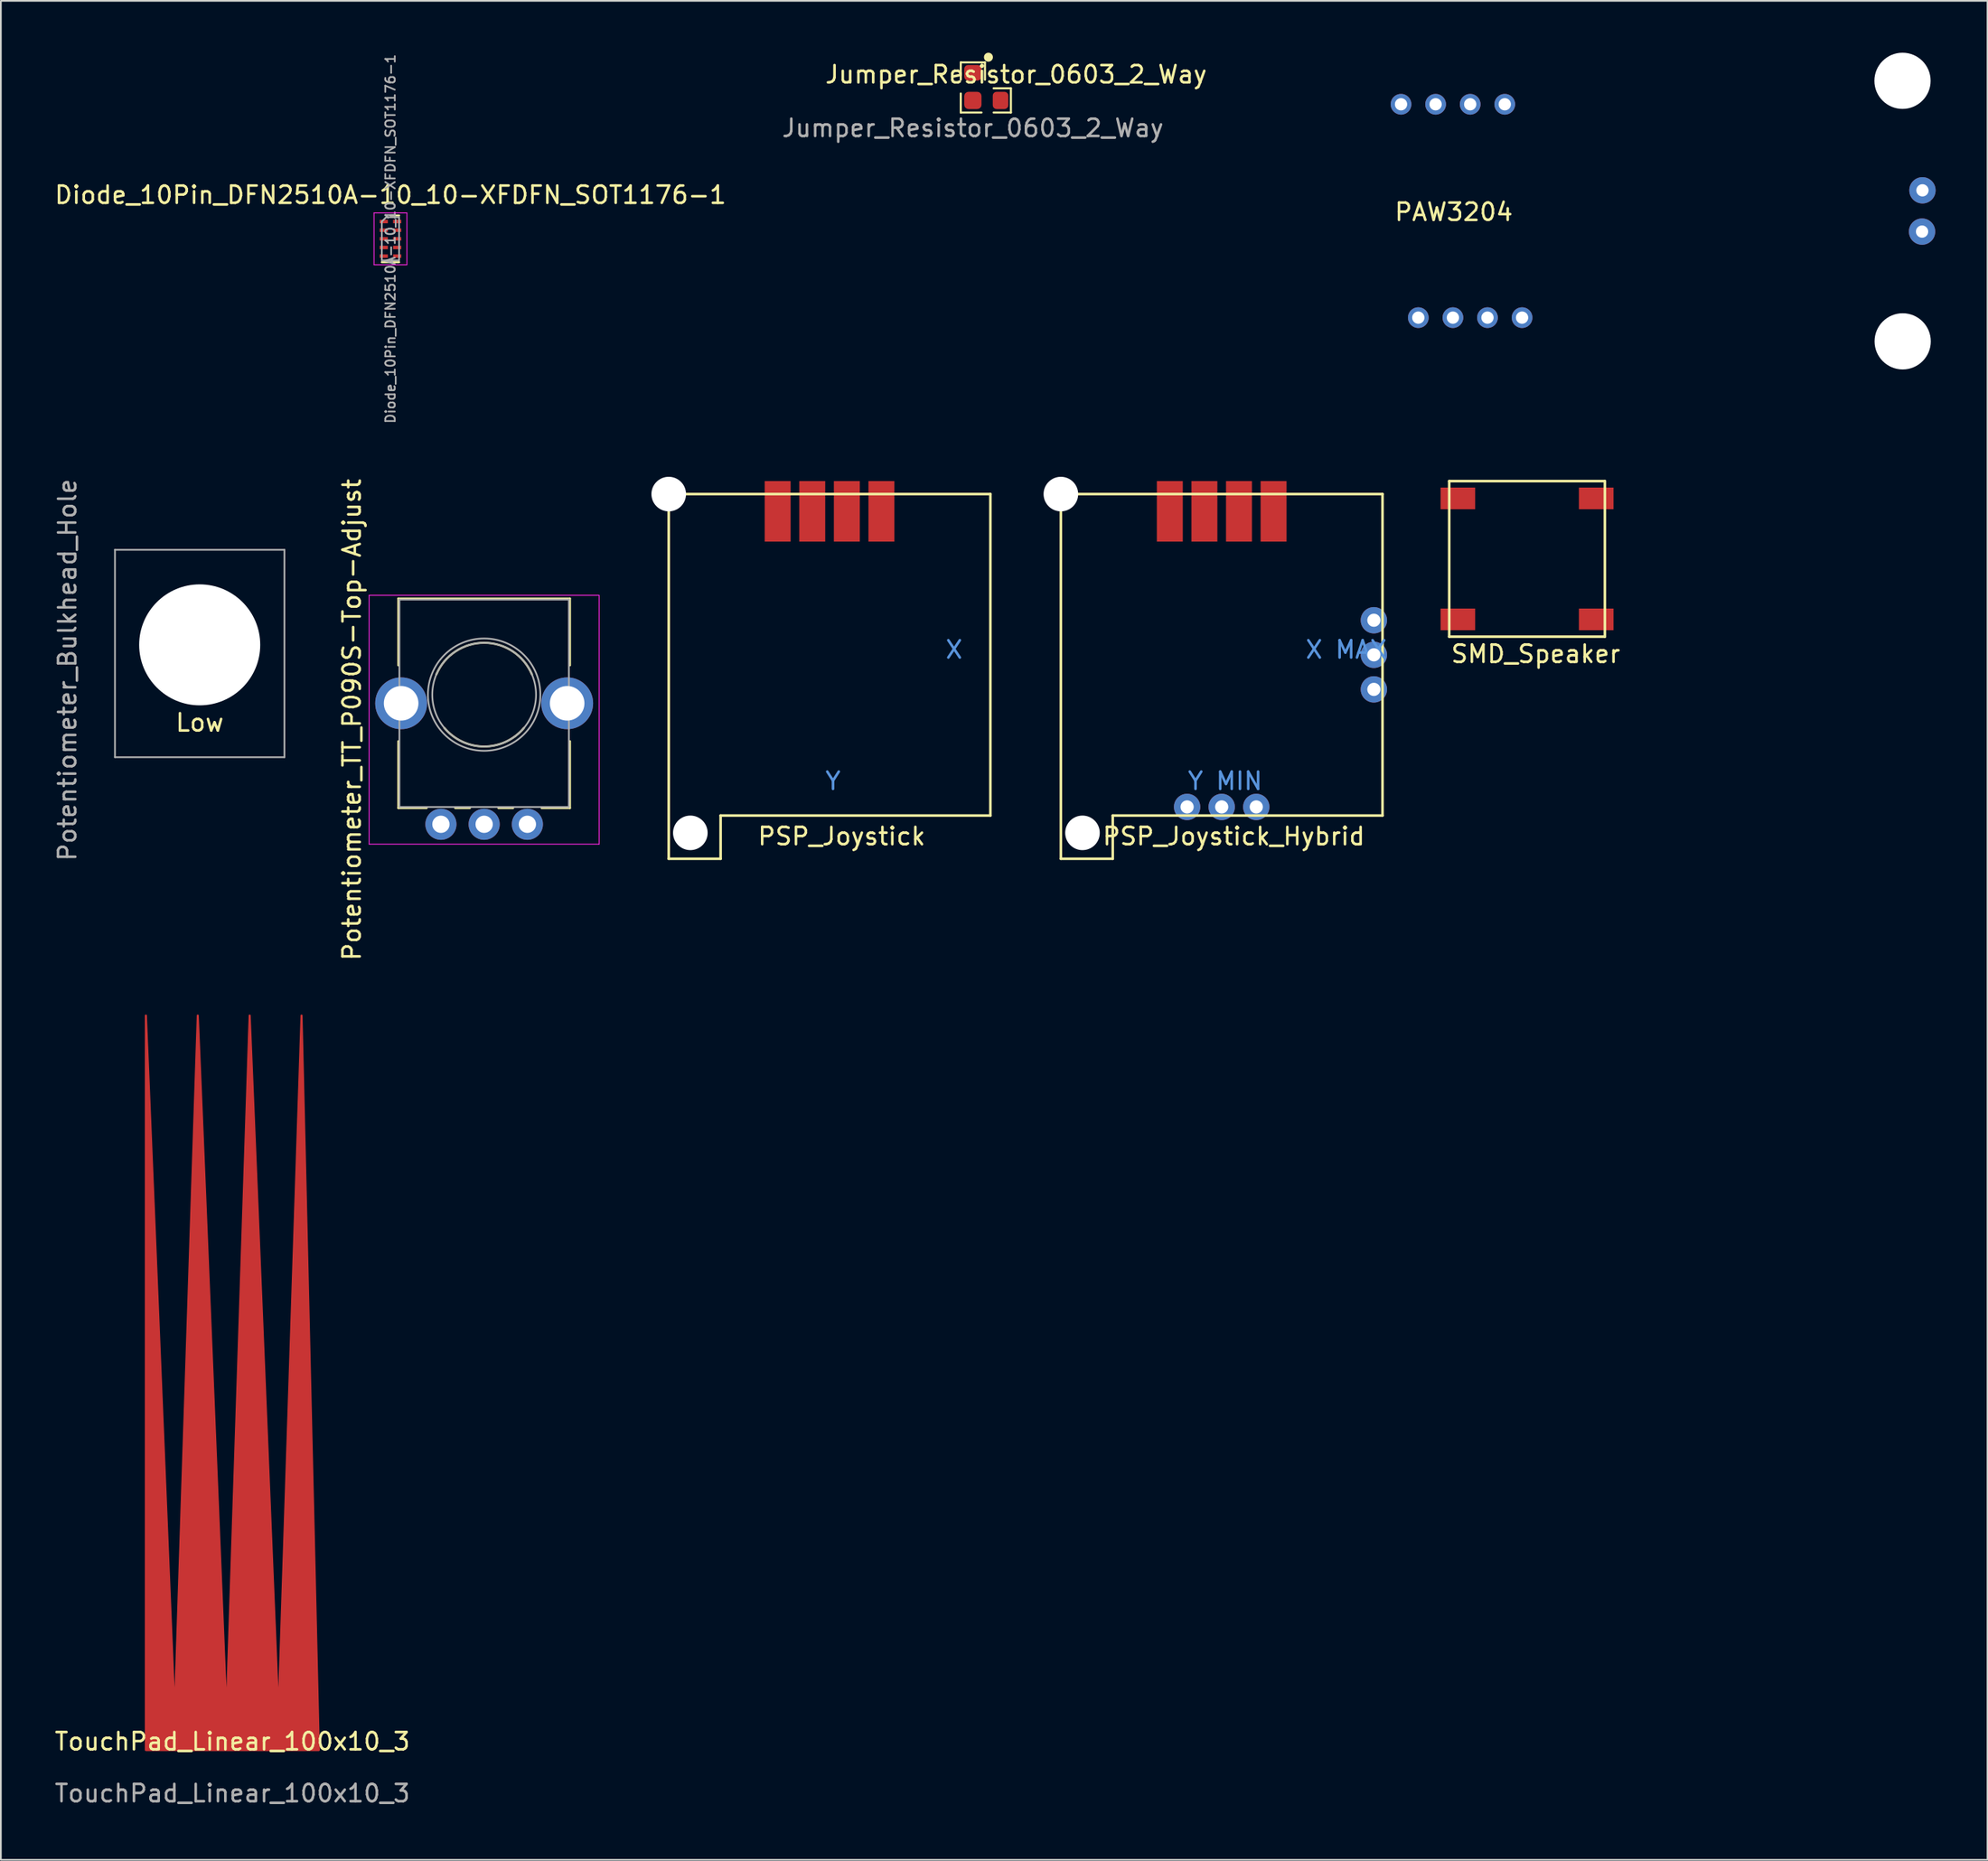
<source format=kicad_pcb>
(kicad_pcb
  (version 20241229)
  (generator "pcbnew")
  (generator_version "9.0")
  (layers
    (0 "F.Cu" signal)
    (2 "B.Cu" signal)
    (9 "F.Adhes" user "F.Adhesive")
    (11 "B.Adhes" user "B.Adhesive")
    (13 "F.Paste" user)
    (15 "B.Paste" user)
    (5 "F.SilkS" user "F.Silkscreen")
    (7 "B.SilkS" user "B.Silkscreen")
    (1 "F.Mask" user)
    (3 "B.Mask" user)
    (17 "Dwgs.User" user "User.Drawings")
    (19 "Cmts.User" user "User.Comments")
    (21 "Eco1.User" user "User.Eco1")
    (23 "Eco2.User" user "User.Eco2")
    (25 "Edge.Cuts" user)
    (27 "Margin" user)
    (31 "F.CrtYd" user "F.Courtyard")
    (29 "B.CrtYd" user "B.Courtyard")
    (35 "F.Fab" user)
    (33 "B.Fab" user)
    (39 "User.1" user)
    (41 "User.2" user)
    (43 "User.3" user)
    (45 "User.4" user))
  (footprint "SMD_Speaker"
    (layer "F.Cu")
    (at 80.755 24.785)
    (property "Reference" "SMD_Speaker" (at 5 10 0) (layer "F.SilkS") (effects (font (size 1 1) (thickness 0.15))))
    (attr through_hole)
    (fp_line (start 0 0) (end 9 0) (stroke (width 0.15) (type solid)) (layer "F.SilkS"))
    (fp_line (start 0 9) (end 0 0) (stroke (width 0.15) (type solid)) (layer "F.SilkS"))
    (fp_line (start 9 0) (end 9 9) (stroke (width 0.15) (type solid)) (layer "F.SilkS"))
    (fp_line (start 9 9) (end 0 9) (stroke (width 0.15) (type solid)) (layer "F.SilkS"))
    (pad "1" smd rect (at 0.5 1) (size 2 1.25) (layers "F.Cu" "F.Mask" "F.Paste"))
    (pad "1" smd rect (at 8.5 1) (size 2 1.25) (layers "F.Cu" "F.Mask" "F.Paste"))
    (pad "2" smd rect (at 0.5 8) (size 2 1.25) (layers "F.Cu" "F.Mask" "F.Paste"))
    (pad "2" smd rect (at 8.5 8) (size 2 1.25) (layers "F.Cu" "F.Mask" "F.Paste")))
  (footprint "PSP_Joystick"
    (layer "F.Cu")
    (at 35.621 25.535)
    (property "Reference" "PSP_Joystick" (at 10 19.8 0) (layer "F.SilkS") (effects (font (size 1 1) (thickness 0.15))))
    (attr through_hole)
    (fp_line (start 0 0) (end 18.6 0) (stroke (width 0.15) (type solid)) (layer "F.SilkS"))
    (fp_line (start 0 21.1) (end 0 0) (stroke (width 0.15) (type solid)) (layer "F.SilkS"))
    (fp_line (start 3 18.6) (end 3 21.1) (stroke (width 0.15) (type solid)) (layer "F.SilkS"))
    (fp_line (start 3 21.1) (end 0 21.1) (stroke (width 0.15) (type solid)) (layer "F.SilkS"))
    (fp_line (start 18.6 0) (end 18.6 18.6) (stroke (width 0.15) (type solid)) (layer "F.SilkS"))
    (fp_line (start 18.6 18.6) (end 3 18.6) (stroke (width 0.15) (type solid)) (layer "F.SilkS"))
    (fp_text user "Y" (at 9.5 16.6 0) (layer "Cmts.User") (effects (font (size 1 1) (thickness 0.15))))
    (fp_text user "X" (at 16.5 9 0) (layer "Cmts.User") (effects (font (size 1 1) (thickness 0.15))))
    (pad "" np_thru_hole circle (at 0 0) (size 2 2) (drill 2) (layers "*.Cu" "*.Mask"))
    (pad "" np_thru_hole circle (at 1.25 19.6) (size 2 2) (drill 2) (layers "*.Cu" "*.Mask"))
    (pad "1" smd rect (at 6.3 1) (size 1.5 3.5) (layers "F.Cu" "F.Mask" "F.Paste"))
    (pad "2" smd rect (at 8.3 1) (size 1.5 3.5) (layers "F.Cu" "F.Mask" "F.Paste"))
    (pad "3" smd rect (at 10.3 1) (size 1.5 3.5) (layers "F.Cu" "F.Mask" "F.Paste"))
    (pad "4" smd rect (at 12.3 1) (size 1.5 3.5) (layers "F.Cu" "F.Mask" "F.Paste")))
  (footprint "Potentiometer_Bulkhead_Hole"
    (layer "F.Cu")
    (at 8.498 41.758)
    (property "Reference" "Potentiometer_Bulkhead_Hole" (at -7.65 -6.05 90) (layer "F.Fab") (effects (font (size 1 1) (thickness 0.15))))
    (attr through_hole)
    (fp_line (start -4.9 -13) (end -4.9 -1) (stroke (width 0.1) (type solid)) (layer "F.Fab"))
    (fp_line (start -4.9 -1) (end 4.9 -1) (stroke (width 0.1) (type solid)) (layer "F.Fab"))
    (fp_line (start 4.9 -13) (end -4.9 -13) (stroke (width 0.1) (type solid)) (layer "F.Fab"))
    (fp_line (start 4.9 -1) (end 4.9 -13) (stroke (width 0.1) (type solid)) (layer "F.Fab"))
    (fp_text user "Low" (at 0 -3 0) (layer "F.SilkS") (effects (font (size 1 1) (thickness 0.15))))
    (pad "" np_thru_hole circle (at 0 -7.5) (size 7 7) (drill 7) (layers "*.Cu" "*.Mask")))
  (footprint "TouchPad_Linear_100x10_3"
    (layer "F.Cu")
    (at 10.387 98.202)
    (property "Reference" "TouchPad_Linear_100x10_3" (at 0 -0.5 0) (unlocked yes) (layer "F.SilkS") (effects (font (size 1 1) (thickness 0.15))))
    (fp_text user "${REFERENCE}" (at 0 2.5 0) (unlocked yes) (layer "F.Fab") (effects (font (size 1 1) (thickness 0.15))))
    (pad "1" smd custom (at -5 0) (size 0.01 0.01) (layers "F.Cu") (options (anchor circle)) (primitives (gr_poly (pts (xy 0 0) (xy 0 -42.5) (xy 1.667 -2) (xy 3 -42.5) (xy 4.667 -2) (xy 6 -42.5) (xy 7.667 -2) (xy 9 -42.5) (xy 10 0)) (width 0.12) (fill yes)))))
  (footprint "Diode_10Pin_DFN2510A-10_10-XFDFN_SOT1176-1"
    (layer "F.Cu")
    (at 19.53 10.768)
    (property "Reference" "Diode_10Pin_DFN2510A-10_10-XFDFN_SOT1176-1" (at 0 -2.54 0) (layer "F.SilkS") (effects (font (size 1 1) (thickness 0.15))))
    (attr smd)
    (fp_line (start 0.5 -1.35) (end 0 -1.35) (stroke (width 0.12) (type solid)) (layer "F.SilkS"))
    (fp_line (start 0.5 1.35) (end -0.5 1.35) (stroke (width 0.12) (type solid)) (layer "F.SilkS"))
    (fp_line (start -0.95 -1.5) (end 0.95 -1.5) (stroke (width 0.05) (type solid)) (layer "F.CrtYd"))
    (fp_line (start -0.95 1.5) (end -0.95 -1.5) (stroke (width 0.05) (type solid)) (layer "F.CrtYd"))
    (fp_line (start 0.95 -1.5) (end 0.95 1.5) (stroke (width 0.05) (type solid)) (layer "F.CrtYd"))
    (fp_line (start 0.95 1.5) (end -0.95 1.5) (stroke (width 0.05) (type solid)) (layer "F.CrtYd"))
    (fp_line (start -0.5 -1) (end -0.5 1.25) (stroke (width 0.1) (type solid)) (layer "F.Fab"))
    (fp_line (start -0.5 1.25) (end 0.5 1.25) (stroke (width 0.1) (type solid)) (layer "F.Fab"))
    (fp_line (start -0.25 -1.25) (end -0.5 -1) (stroke (width 0.1) (type solid)) (layer "F.Fab"))
    (fp_line (start 0.5 -1.25) (end -0.25 -1.25) (stroke (width 0.1) (type solid)) (layer "F.Fab"))
    (fp_line (start 0.5 -1.25) (end 0.5 1.25) (stroke (width 0.1) (type solid)) (layer "F.Fab"))
    (fp_text user "${REFERENCE}" (at 0 0 90) (layer "F.Fab") (effects (font (size 0.55 0.55) (thickness 0.1))))
    (pad "1" smd rect (at -0.388 -1 270) (size 0.2 0.475) (layers "F.Cu" "F.Mask" "F.Paste"))
    (pad "2" smd rect (at -0.388 -0.5 270) (size 0.2 0.475) (layers "F.Cu" "F.Mask" "F.Paste"))
    (pad "3" smd rect (at -0.388 0 270) (size 0.2 0.475) (layers "F.Cu" "F.Mask" "F.Paste"))
    (pad "4" smd rect (at -0.388 0.5 270) (size 0.2 0.475) (layers "F.Cu" "F.Mask" "F.Paste"))
    (pad "5" smd rect (at -0.388 1 270) (size 0.2 0.475) (layers "F.Cu" "F.Mask" "F.Paste"))
    (pad "6" smd rect (at 0.388 1 270) (size 0.2 0.475) (layers "F.Cu" "F.Mask" "F.Paste"))
    (pad "7" smd rect (at 0.388 0.5 270) (size 0.2 0.475) (layers "F.Cu" "F.Mask" "F.Paste"))
    (pad "8" smd rect (at 0.388 0 270) (size 0.2 0.475) (layers "F.Cu" "F.Mask" "F.Paste"))
    (pad "9" smd rect (at 0.388 -0.5 270) (size 0.2 0.475) (layers "F.Cu" "F.Mask" "F.Paste"))
    (pad "10" smd rect (at 0.388 -1 270) (size 0.2 0.475) (layers "F.Cu" "F.Mask" "F.Paste")))
  (footprint "Jumper_Resistor_0603_2_Way"
    (layer "F.Cu")
    (at 53.208 2.76)
    (property "Reference" "Jumper_Resistor_0603_2_Way" (at 2.5 -1.5 0) (unlocked yes) (layer "F.SilkS") (effects (font (size 1 1) (thickness 0.15))))
    (attr smd)
    (fp_line (start -0.7 -2.2) (end -0.7 -1.2) (stroke (width 0.12) (type default)) (layer "F.SilkS"))
    (fp_line (start -0.7 -0.4) (end -0.7 0.7) (stroke (width 0.12) (type default)) (layer "F.SilkS"))
    (fp_line (start -0.7 0.7) (end 0.5 0.7) (stroke (width 0.12) (type default)) (layer "F.SilkS"))
    (fp_line (start 0.7 -2.2) (end -0.7 -2.2) (stroke (width 0.12) (type default)) (layer "F.SilkS"))
    (fp_line (start 0.7 -1.2) (end 0.7 -2.2) (stroke (width 0.12) (type default)) (layer "F.SilkS"))
    (fp_line (start 1.2 -0.7) (end 2.2 -0.7) (stroke (width 0.12) (type default)) (layer "F.SilkS"))
    (fp_line (start 2.2 -0.7) (end 2.2 0.7) (stroke (width 0.12) (type default)) (layer "F.SilkS"))
    (fp_line (start 2.2 0.7) (end 1.2 0.7) (stroke (width 0.12) (type default)) (layer "F.SilkS"))
    (fp_circle (center 0.9 -2.5) (end 1.1 -2.5) (stroke (width 0.12) (type solid)) (fill yes) (layer "F.SilkS"))
    (fp_text user "${REFERENCE}" (at 0 1.6 0) (unlocked yes) (layer "F.Fab") (effects (font (size 1 1) (thickness 0.15))))
    (pad "1" smd roundrect (at 0 -1.6 270) (size 0.9 1) (layers "F.Cu" "F.Mask") (roundrect_rratio 0.25))
    (pad "2" smd roundrect (at 0 0 180) (size 1 1) (layers "F.Cu" "F.Mask") (roundrect_rratio 0.25))
    (pad "3" smd roundrect (at 1.6 0) (size 0.9 1) (layers "F.Cu" "F.Mask") (roundrect_rratio 0.25)))
  (footprint "Potentiometer_TT_P090S-Top-Adjust"
    (layer "F.Cu")
    (at 24.947 44.639)
    (property "Reference" "Potentiometer_TT_P090S-Top-Adjust" (at -7.65 -6.05 90) (layer "F.SilkS") (effects (font (size 1 1) (thickness 0.15))))
    (attr through_hole)
    (fp_line (start -4.961 -13.06) (end 4.96 -13.06) (stroke (width 0.12) (type solid)) (layer "F.SilkS"))
    (fp_line (start -4.961 -9.195) (end -4.961 -13.06) (stroke (width 0.12) (type solid)) (layer "F.SilkS"))
    (fp_line (start -4.961 -0.94) (end -4.961 -4.806) (stroke (width 0.12) (type solid)) (layer "F.SilkS"))
    (fp_line (start -4.961 -0.94) (end -3.325 -0.94) (stroke (width 0.12) (type solid)) (layer "F.SilkS"))
    (fp_line (start -1.675 -0.94) (end -0.825 -0.94) (stroke (width 0.12) (type solid)) (layer "F.SilkS"))
    (fp_line (start 0.825 -0.94) (end 1.675 -0.94) (stroke (width 0.12) (type solid)) (layer "F.SilkS"))
    (fp_line (start 3.325 -0.94) (end 4.96 -0.94) (stroke (width 0.12) (type solid)) (layer "F.SilkS"))
    (fp_line (start 4.96 -9.195) (end 4.96 -13.06) (stroke (width 0.12) (type solid)) (layer "F.SilkS"))
    (fp_line (start 4.96 -0.94) (end 4.96 -4.806) (stroke (width 0.12) (type solid)) (layer "F.SilkS"))
    (fp_arc (start -2.762432 -8.671982) (mid -0.000553 -10.500762) (end 2.762 -8.673) (stroke (width 0.12) (type solid)) (layer "F.SilkS"))
    (fp_arc (start 2.297753 -5.571705) (mid -0.000192 -4.500335) (end -2.298 -5.572) (stroke (width 0.12) (type solid)) (layer "F.SilkS"))
    (fp_line (start -6.65 -13.25) (end -6.65 1.15) (stroke (width 0.05) (type solid)) (layer "F.CrtYd"))
    (fp_line (start -6.65 1.15) (end 6.65 1.15) (stroke (width 0.05) (type solid)) (layer "F.CrtYd"))
    (fp_line (start 6.65 -13.25) (end -6.65 -13.25) (stroke (width 0.05) (type solid)) (layer "F.CrtYd"))
    (fp_line (start 6.65 1.15) (end 6.65 -13.25) (stroke (width 0.05) (type solid)) (layer "F.CrtYd"))
    (fp_line (start -4.9 -13) (end -4.9 -1) (stroke (width 0.1) (type solid)) (layer "F.Fab"))
    (fp_line (start -4.9 -1) (end 4.9 -1) (stroke (width 0.1) (type solid)) (layer "F.Fab"))
    (fp_line (start 4.9 -13) (end -4.9 -13) (stroke (width 0.1) (type solid)) (layer "F.Fab"))
    (fp_line (start 4.9 -1) (end 4.9 -13) (stroke (width 0.1) (type solid)) (layer "F.Fab"))
    (fp_circle (center 0 -7.5) (end 0 -10.75) (stroke (width 0.1) (type solid)) (fill no) (layer "F.Fab"))
    (fp_circle (center 0 -7.5) (end 0 -10.5) (stroke (width 0.1) (type solid)) (fill no) (layer "F.Fab"))
    (pad "" thru_hole circle (at -4.8 -7 90) (size 3 3) (drill 2) (layers "*.Cu" "*.Mask"))
    (pad "" thru_hole circle (at 4.8 -7 90) (size 3 3) (drill 2) (layers "*.Cu" "*.Mask"))
    (pad "1" thru_hole circle (at -2.5 0 90) (size 1.8 1.8) (drill 1) (layers "*.Cu" "*.Mask"))
    (pad "2" thru_hole circle (at 0 0 90) (size 1.8 1.8) (drill 1) (layers "*.Cu" "*.Mask"))
    (pad "3" thru_hole circle (at 2.5 0 90) (size 1.8 1.8) (drill 1) (layers "*.Cu" "*.Mask")))
  (footprint "PSP_Joystick_Hybrid"
    (layer "F.Cu")
    (at 58.297 25.535)
    (property "Reference" "PSP_Joystick_Hybrid" (at 10 19.8 0) (layer "F.SilkS") (effects (font (size 1 1) (thickness 0.15))))
    (attr through_hole)
    (fp_line (start 0 0) (end 18.6 0) (stroke (width 0.15) (type solid)) (layer "F.SilkS"))
    (fp_line (start 0 21.1) (end 0 0) (stroke (width 0.15) (type solid)) (layer "F.SilkS"))
    (fp_line (start 3 18.6) (end 3 21.1) (stroke (width 0.15) (type solid)) (layer "F.SilkS"))
    (fp_line (start 3 21.1) (end 0 21.1) (stroke (width 0.15) (type solid)) (layer "F.SilkS"))
    (fp_line (start 18.6 0) (end 18.6 18.6) (stroke (width 0.15) (type solid)) (layer "F.SilkS"))
    (fp_line (start 18.6 18.6) (end 3 18.6) (stroke (width 0.15) (type solid)) (layer "F.SilkS"))
    (fp_text user "Y MIN" (at 9.5 16.6 0) (layer "Cmts.User") (effects (font (size 1 1) (thickness 0.15))))
    (fp_text user "X MAX" (at 16.5 9 0) (layer "Cmts.User") (effects (font (size 1 1) (thickness 0.15))))
    (pad "" np_thru_hole circle (at 0 0) (size 2 2) (drill 2) (layers "*.Cu" "*.Mask"))
    (pad "" np_thru_hole circle (at 1.25 19.6) (size 2 2) (drill 2) (layers "*.Cu" "*.Mask"))
    (pad "1" smd rect (at 6.3 1) (size 1.5 3.5) (layers "F.Cu" "F.Mask" "F.Paste"))
    (pad "1" thru_hole circle (at 11.3 18.1) (size 1.524 1.524) (drill 0.762) (layers "*.Cu" "*.Mask"))
    (pad "1" thru_hole circle (at 18.1 7.3 90) (size 1.524 1.524) (drill 0.762) (layers "*.Cu" "*.Mask"))
    (pad "2" smd rect (at 8.3 1) (size 1.5 3.5) (layers "F.Cu" "F.Mask" "F.Paste"))
    (pad "2" thru_hole circle (at 9.3 18.1) (size 1.524 1.524) (drill 0.762) (layers "*.Cu" "*.Mask"))
    (pad "3" thru_hole circle (at 7.3 18.1) (size 1.524 1.524) (drill 0.762) (layers "*.Cu" "*.Mask"))
    (pad "3" smd rect (at 10.3 1) (size 1.5 3.5) (layers "F.Cu" "F.Mask" "F.Paste"))
    (pad "3" thru_hole circle (at 18.1 11.3 90) (size 1.524 1.524) (drill 0.762) (layers "*.Cu" "*.Mask"))
    (pad "4" smd rect (at 12.3 1) (size 1.5 3.5) (layers "F.Cu" "F.Mask" "F.Paste"))
    (pad "4" thru_hole circle (at 18.1 9.3 90) (size 1.524 1.524) (drill 0.762) (layers "*.Cu" "*.Mask")))
  (footprint "PAW3204"
    (layer "F.Cu")
    (at 80.967 9.155)
    (property "Reference" "PAW3204" (at 0.05 0.06 0) (layer "F.SilkS") (effects (font (size 1 1) (thickness 0.15))))
    (attr through_hole)
    (fp_line (start -11.05 -4.242) (end 16.95 -4.242) (stroke (width 0.12) (type solid)) (layer "Eco1.User"))
    (fp_line (start -11.05 4.242) (end -11.05 -4.242) (stroke (width 0.12) (type solid)) (layer "Eco1.User"))
    (fp_line (start 16.95 -4.242) (end 16.95 4.242) (stroke (width 0.12) (type solid)) (layer "Eco1.User"))
    (fp_line (start 16.95 4.242) (end -11.05 4.242) (stroke (width 0.12) (type solid)) (layer "Eco1.User"))
    (fp_line (start -4.45 -4.55) (end -4.45 4.55) (stroke (width 0.12) (type solid)) (layer "Eco2.User"))
    (fp_line (start -4.45 4.55) (end 5.45 4.55) (stroke (width 0.12) (type solid)) (layer "Eco2.User"))
    (fp_line (start 5.45 -4.55) (end -4.43 -4.55) (stroke (width 0.12) (type solid)) (layer "Eco2.User"))
    (fp_line (start 5.45 4.55) (end 5.45 -4.55) (stroke (width 0.12) (type solid)) (layer "Eco2.User"))
    (fp_line (start 24.17 -3) (end 21 -3) (stroke (width 0.12) (type solid)) (layer "Eco2.User"))
    (fp_line (start 24.17 -2.02) (end 24.17 -3) (stroke (width 0.12) (type solid)) (layer "Eco2.User"))
    (fp_line (start 24.3 2) (end 24.3 3) (stroke (width 0.12) (type solid)) (layer "Eco2.User"))
    (fp_line (start 24.3 3) (end 21 3) (stroke (width 0.12) (type solid)) (layer "Eco2.User"))
    (fp_line (start 26.1 -2.02) (end 24.17 -2.02) (stroke (width 0.12) (type solid)) (layer "Eco2.User"))
    (fp_line (start 26.1 -2.02) (end 26.1 2) (stroke (width 0.12) (type solid)) (layer "Eco2.User"))
    (fp_line (start 26.1 2) (end 24.3 2) (stroke (width 0.12) (type solid)) (layer "Eco2.User"))
    (fp_arc (start 21 3) (mid 18 0) (end 21 -3) (stroke (width 0.12) (type solid)) (layer "Eco2.User"))
    (pad "" np_thru_hole circle (at 26 -7.53) (size 3.251 3.251) (drill 3.251) (layers "*.Cu" "*.Mask"))
    (pad "" np_thru_hole circle (at 26.01 7.544) (size 3.251 3.251) (drill 3.251) (layers "*.Cu" "*.Mask"))
    (pad "1" thru_hole circle (at -2 6.172) (size 1.2 1.2) (drill 0.711) (layers "*.Cu" "*.Mask"))
    (pad "2" thru_hole circle (at 0 6.172) (size 1.2 1.2) (drill 0.711) (layers "*.Cu" "*.Mask"))
    (pad "3" thru_hole circle (at 2 6.172) (size 1.2 1.2) (drill 0.711) (layers "*.Cu" "*.Mask"))
    (pad "4" thru_hole circle (at 4 6.172) (size 1.2 1.2) (drill 0.711) (layers "*.Cu" "*.Mask"))
    (pad "5" thru_hole circle (at 3 -6.172 180) (size 1.2 1.2) (drill 0.711) (layers "*.Cu" "*.Mask"))
    (pad "6" thru_hole circle (at 1 -6.172 180) (size 1.2 1.2) (drill 0.711) (layers "*.Cu" "*.Mask"))
    (pad "7" thru_hole circle (at -1 -6.172 180) (size 1.2 1.2) (drill 0.711) (layers "*.Cu" "*.Mask"))
    (pad "8" thru_hole circle (at -3 -6.172 180) (size 1.2 1.2) (drill 0.711) (layers "*.Cu" "*.Mask"))
    (pad "9" thru_hole circle (at 27.153 -1.194) (size 1.524 1.524) (drill 0.711) (layers "*.Cu" "*.Mask"))
    (pad "10" thru_hole circle (at 27.13 1.194) (size 1.524 1.524) (drill 0.711) (layers "*.Cu" "*.Mask")))
  (gr_rect
    (start -3 -3)
    (end 111.882 104.551)
    (stroke (width 0.1) (type default))
    (fill no)
    (layer "Edge.Cuts")))
</source>
